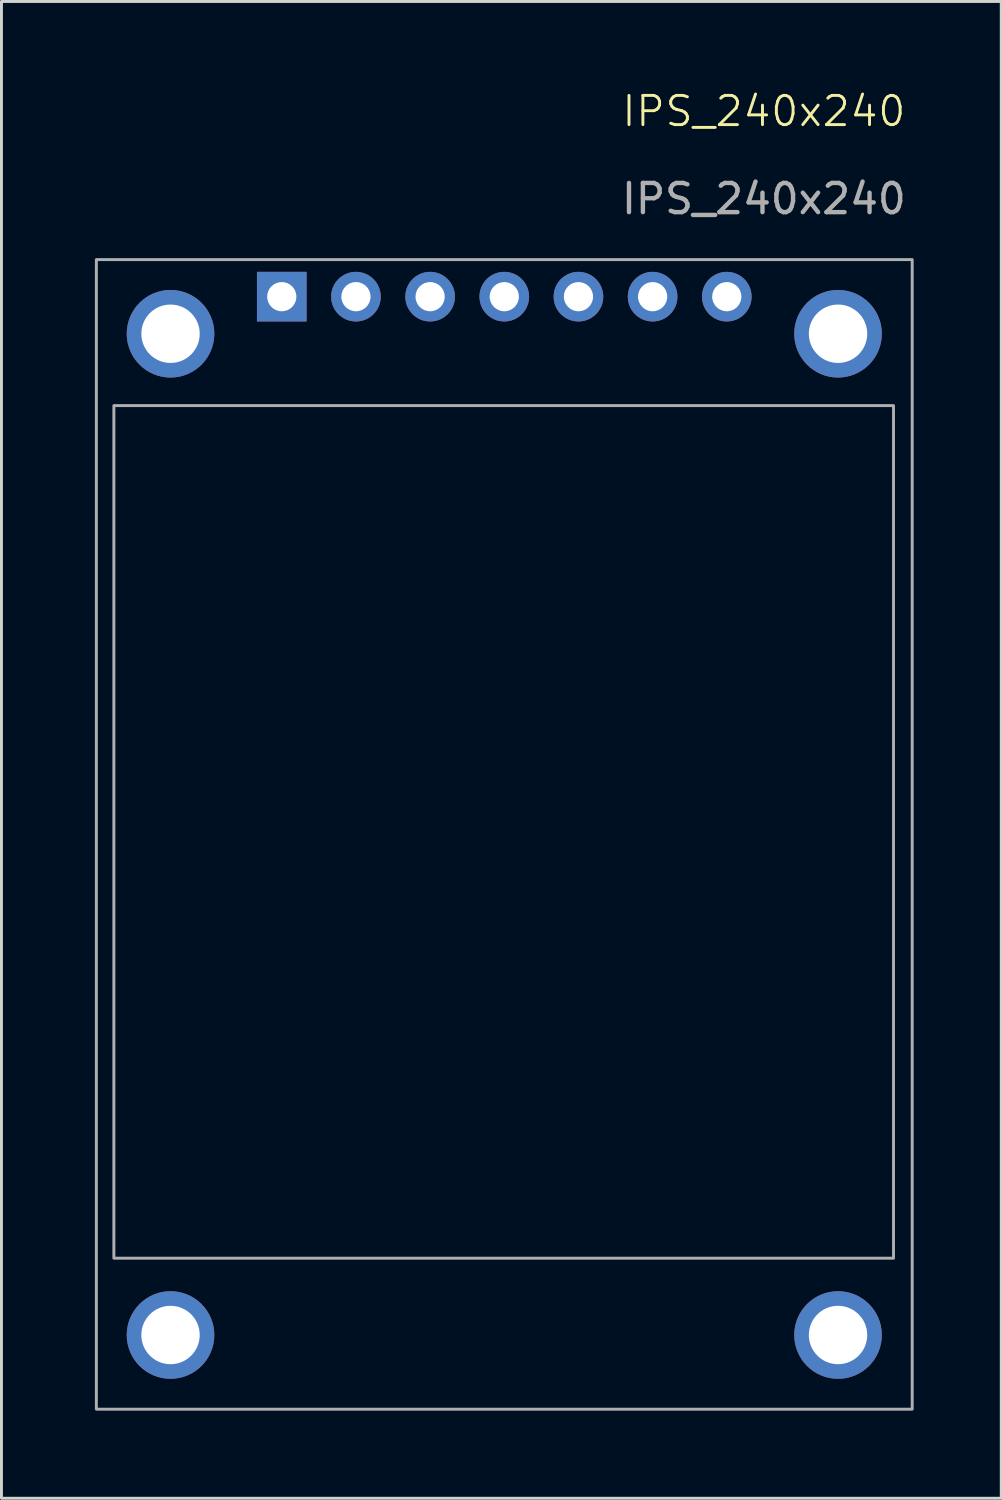
<source format=kicad_pcb>
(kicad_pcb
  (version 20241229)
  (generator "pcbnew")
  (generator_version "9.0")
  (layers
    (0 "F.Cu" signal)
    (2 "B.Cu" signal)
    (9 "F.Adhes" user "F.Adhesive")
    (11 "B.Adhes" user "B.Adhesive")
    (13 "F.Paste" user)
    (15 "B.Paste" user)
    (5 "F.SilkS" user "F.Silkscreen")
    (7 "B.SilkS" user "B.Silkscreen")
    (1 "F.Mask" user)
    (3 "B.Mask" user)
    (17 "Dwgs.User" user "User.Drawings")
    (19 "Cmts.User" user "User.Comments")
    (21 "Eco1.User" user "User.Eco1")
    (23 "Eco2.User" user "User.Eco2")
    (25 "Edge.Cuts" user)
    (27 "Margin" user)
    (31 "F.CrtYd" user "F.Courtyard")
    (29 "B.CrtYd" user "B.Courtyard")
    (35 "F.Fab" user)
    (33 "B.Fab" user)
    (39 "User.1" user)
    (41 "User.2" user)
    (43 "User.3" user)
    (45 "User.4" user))
  (footprint "IPS_240x240"
    (layer "F.Cu")
    (at 0.25 5.84)
    (property "Reference" "IPS_240x240" (at 22.86 -5.08 0) (unlocked yes) (layer "F.SilkS") (effects (font (size 1 1) (thickness 0.1))))
    (attr through_hole)
    (fp_rect (start 0 0) (end 27.94 39.37) (stroke (width 0.1) (type default)) (fill no) (layer "F.Fab"))
    (fp_rect (start 0.6 5) (end 27.3 34.2) (stroke (width 0.1) (type default)) (fill no) (layer "F.Fab"))
    (fp_text user "${REFERENCE}" (at 22.86 -2.08 0) (unlocked yes) (layer "F.Fab") (effects (font (size 1 1) (thickness 0.15))))
    (pad "" np_thru_hole circle (at 2.54 2.54) (size 3 3) (drill 2) (layers "*.Cu" "*.Mask"))
    (pad "" np_thru_hole circle (at 2.54 36.83) (size 3 3) (drill 2) (layers "*.Cu" "*.Mask"))
    (pad "" np_thru_hole circle (at 25.4 2.54) (size 3 3) (drill 2) (layers "*.Cu" "*.Mask"))
    (pad "" np_thru_hole circle (at 25.4 36.83) (size 3 3) (drill 2) (layers "*.Cu" "*.Mask"))
    (pad "1" thru_hole rect (at 6.35 1.27) (size 1.7 1.7) (drill 1) (layers "*.Cu" "*.Mask"))
    (pad "2" thru_hole circle (at 8.89 1.27) (size 1.7 1.7) (drill 1) (layers "*.Cu" "*.Mask"))
    (pad "3" thru_hole circle (at 11.43 1.27) (size 1.7 1.7) (drill 1) (layers "*.Cu" "*.Mask"))
    (pad "4" thru_hole circle (at 13.97 1.27) (size 1.7 1.7) (drill 1) (layers "*.Cu" "*.Mask"))
    (pad "5" thru_hole circle (at 16.51 1.27) (size 1.7 1.7) (drill 1) (layers "*.Cu" "*.Mask"))
    (pad "6" thru_hole circle (at 19.05 1.27) (size 1.7 1.7) (drill 1) (layers "*.Cu" "*.Mask"))
    (pad "7" thru_hole circle (at 21.59 1.27) (size 1.7 1.7) (drill 1) (layers "*.Cu" "*.Mask")))
  (gr_rect
    (start -3 -3)
    (end 31.24 48.261)
    (stroke (width 0.1) (type default))
    (fill no)
    (layer "Edge.Cuts")))
</source>
